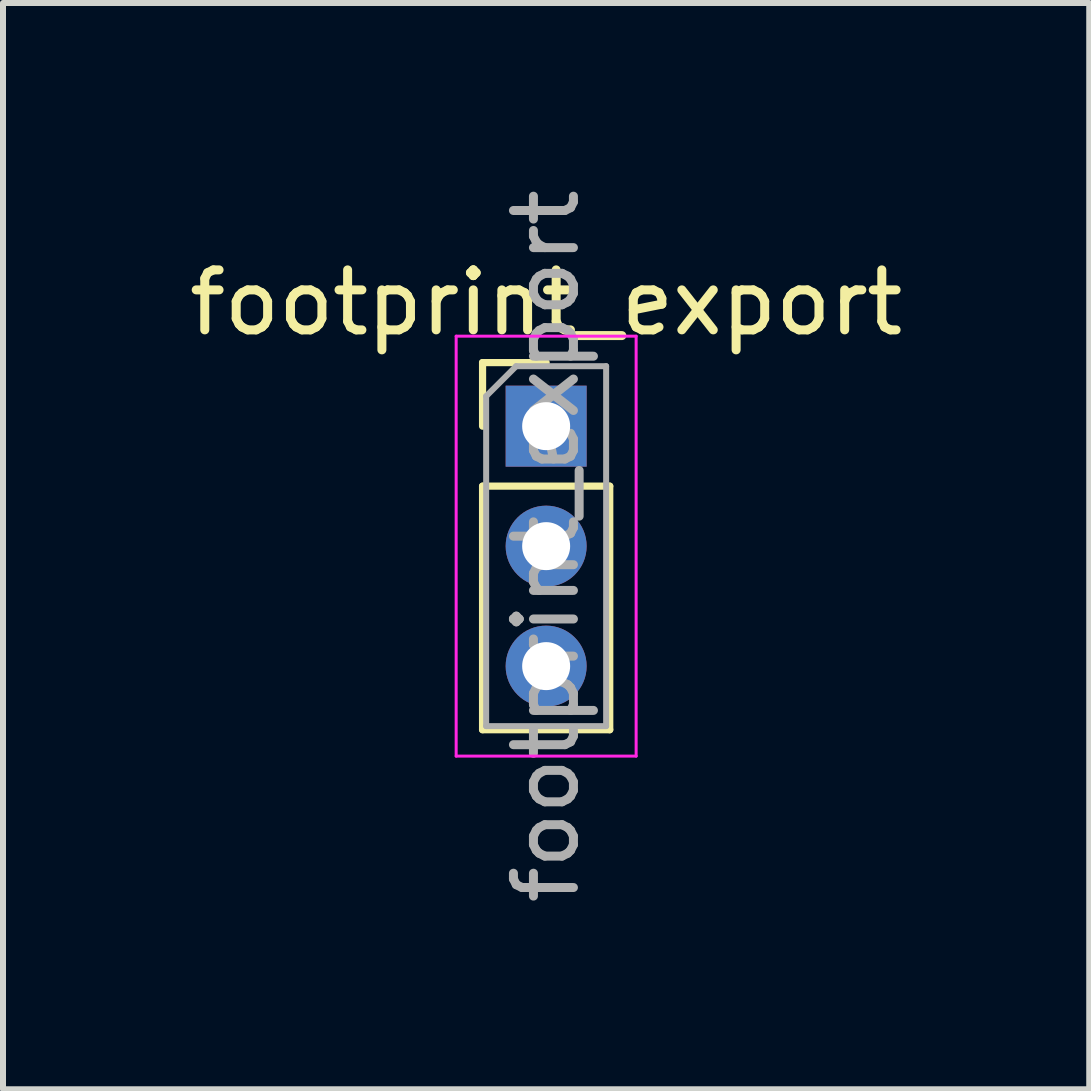
<source format=kicad_pcb>
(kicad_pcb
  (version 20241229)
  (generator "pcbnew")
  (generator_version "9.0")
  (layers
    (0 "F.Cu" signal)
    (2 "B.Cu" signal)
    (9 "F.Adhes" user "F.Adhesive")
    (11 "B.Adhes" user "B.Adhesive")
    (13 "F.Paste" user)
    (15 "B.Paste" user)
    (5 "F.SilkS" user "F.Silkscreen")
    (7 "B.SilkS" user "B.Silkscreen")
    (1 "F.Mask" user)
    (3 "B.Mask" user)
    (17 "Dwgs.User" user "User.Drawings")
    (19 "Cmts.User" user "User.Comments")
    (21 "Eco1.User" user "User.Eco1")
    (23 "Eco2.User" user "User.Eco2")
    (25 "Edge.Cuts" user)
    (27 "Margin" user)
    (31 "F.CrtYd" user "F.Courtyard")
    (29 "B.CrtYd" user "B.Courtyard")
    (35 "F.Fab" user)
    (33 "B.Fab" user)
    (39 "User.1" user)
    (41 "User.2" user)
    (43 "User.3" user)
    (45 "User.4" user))
  (footprint "footprint_export"
    (layer "F.Cu")
    (at 6.054 4.054)
    (property "Reference" "footprint_export" (at 0 -2.06 0) (layer "F.SilkS") (effects (font (size 1 1) (thickness 0.15))))
    (attr through_hole)
    (fp_line (start -1.06 -1.06) (end 0 -1.06) (stroke (width 0.12) (type solid)) (layer "F.SilkS"))
    (fp_line (start -1.06 0) (end -1.06 -1.06) (stroke (width 0.12) (type solid)) (layer "F.SilkS"))
    (fp_line (start -1.06 1) (end -1.06 5.06) (stroke (width 0.12) (type solid)) (layer "F.SilkS"))
    (fp_line (start -1.06 1) (end 1.06 1) (stroke (width 0.12) (type solid)) (layer "F.SilkS"))
    (fp_line (start -1.06 5.06) (end 1.06 5.06) (stroke (width 0.12) (type solid)) (layer "F.SilkS"))
    (fp_line (start 1.06 1) (end 1.06 5.06) (stroke (width 0.12) (type solid)) (layer "F.SilkS"))
    (fp_line (start -1.5 -1.5) (end -1.5 5.5) (stroke (width 0.05) (type solid)) (layer "F.CrtYd"))
    (fp_line (start -1.5 5.5) (end 1.5 5.5) (stroke (width 0.05) (type solid)) (layer "F.CrtYd"))
    (fp_line (start 1.5 -1.5) (end -1.5 -1.5) (stroke (width 0.05) (type solid)) (layer "F.CrtYd"))
    (fp_line (start 1.5 5.5) (end 1.5 -1.5) (stroke (width 0.05) (type solid)) (layer "F.CrtYd"))
    (fp_line (start -1 -0.5) (end -0.5 -1) (stroke (width 0.1) (type solid)) (layer "F.Fab"))
    (fp_line (start -1 5) (end -1 -0.5) (stroke (width 0.1) (type solid)) (layer "F.Fab"))
    (fp_line (start -0.5 -1) (end 1 -1) (stroke (width 0.1) (type solid)) (layer "F.Fab"))
    (fp_line (start 1 -1) (end 1 5) (stroke (width 0.1) (type solid)) (layer "F.Fab"))
    (fp_line (start 1 5) (end -1 5) (stroke (width 0.1) (type solid)) (layer "F.Fab"))
    (fp_text user "${REFERENCE}" (at 0 2 90) (layer "F.Fab") (effects (font (size 1 1) (thickness 0.15))))
    (pad "1" thru_hole rect (at 0 0) (size 1.35 1.35) (drill 0.8) (layers "*.Cu" "*.Mask"))
    (pad "2" thru_hole oval (at 0 2) (size 1.35 1.35) (drill 0.8) (layers "*.Cu" "*.Mask"))
    (pad "3" thru_hole oval (at 0 4) (size 1.35 1.35) (drill 0.8) (layers "*.Cu" "*.Mask")))
  (gr_rect
    (start -3 -3)
    (end 15.107 15.107)
    (stroke (width 0.1) (type default))
    (fill no)
    (layer "Edge.Cuts")))
</source>
